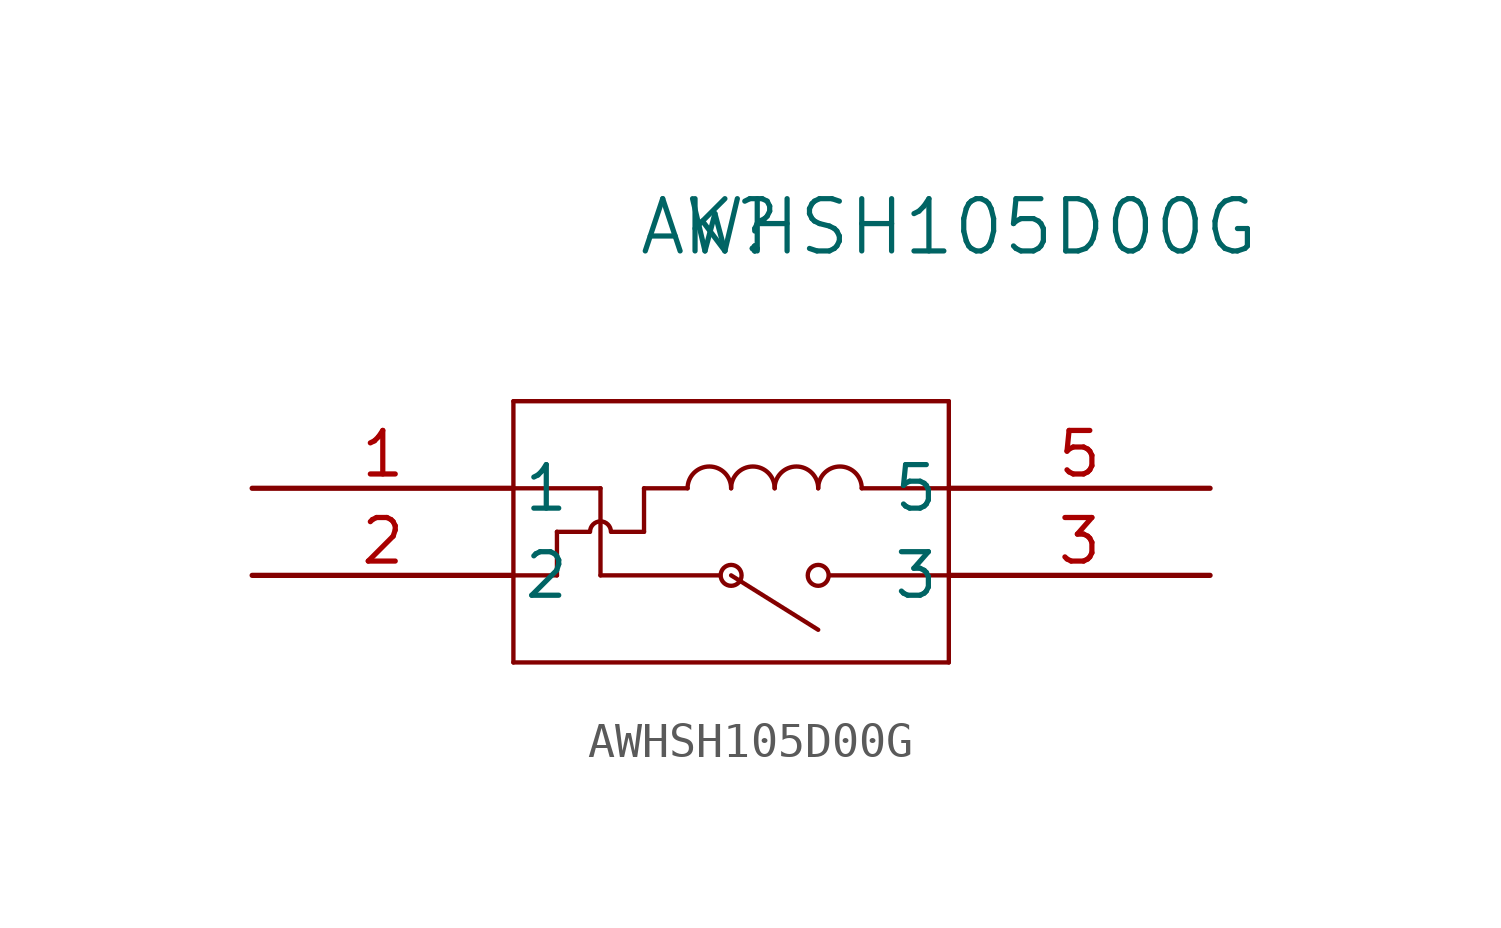
<source format=kicad_sym>
(kicad_symbol_lib
  (version 20211014)
  (generator kicad_symbol_editor)
  (symbol "AWHSH105D00G"
    (pin_names
      (offset 0.254))
    (property "Reference" "K"
      (at 13.97 7.62 0)
      (effects (font (size 1.524 1.524))))
    (property "Value" "AWHSH105D00G"
      (at 20.32 7.62 0)
      (effects (font (size 1.524 1.524))))
    (symbol "AWHSH105D00G_0_1"
      (polyline (pts (xy 7.62 2.54) (xy 7.62 -5.08)) (stroke (width 0.127) (type default) (color 0 0 0 0)) (fill (type none)))
      (polyline (pts (xy 7.62 -5.08) (xy 20.32 -5.08)) (stroke (width 0.127) (type default) (color 0 0 0 0)) (fill (type none)))
      (polyline (pts (xy 20.32 -5.08) (xy 20.32 2.54)) (stroke (width 0.127) (type default) (color 0 0 0 0)) (fill (type none)))
      (polyline (pts (xy 20.32 2.54) (xy 7.62 2.54)) (stroke (width 0.127) (type default) (color 0 0 0 0)) (fill (type none)))
      (polyline (pts (xy 7.62 -2.54) (xy 8.89 -2.54)) (stroke (width 0.127) (type default) (color 0 0 0 0)) (fill (type none)))
      (polyline (pts (xy 8.89 -2.54) (xy 8.89 -1.27)) (stroke (width 0.127) (type default) (color 0 0 0 0)) (fill (type none)))
      (polyline (pts (xy 7.62 0) (xy 10.16 0)) (stroke (width 0.127) (type default) (color 0 0 0 0)) (fill (type none)))
      (polyline (pts (xy 10.16 0) (xy 10.16 -2.54)) (stroke (width 0.127) (type default) (color 0 0 0 0)) (fill (type none)))
      (polyline (pts (xy 10.16 -2.54) (xy 13.652 -2.54)) (stroke (width 0.127) (type default) (color 0 0 0 0)) (fill (type none)))
      (polyline (pts (xy 11.43 -1.27) (xy 11.43 0)) (stroke (width 0.127) (type default) (color 0 0 0 0)) (fill (type none)))
      (polyline (pts (xy 11.43 0) (xy 12.7 0)) (stroke (width 0.127) (type default) (color 0 0 0 0)) (fill (type none)))
      (arc (start 13.97 0) (mid 13.335 0.635) (end 12.7 0) (stroke (width 0.127) (type default) (color 0 0 0 0)) (fill (type none)))
      (arc (start 15.24 0) (mid 14.605 0.635) (end 13.97 0) (stroke (width 0.127) (type default) (color 0 0 0 0)) (fill (type none)))
      (arc (start 16.51 0) (mid 15.875 0.635) (end 15.24 0) (stroke (width 0.127) (type default) (color 0 0 0 0)) (fill (type none)))
      (arc (start 17.78 0) (mid 17.145 0.635) (end 16.51 0) (stroke (width 0.127) (type default) (color 0 0 0 0)) (fill (type none)))
      (polyline (pts (xy 17.78 0) (xy 20.32 0)) (stroke (width 0.127) (type default) (color 0 0 0 0)) (fill (type none)))
      (polyline (pts (xy 20.32 -2.54) (xy 16.828 -2.54)) (stroke (width 0.127) (type default) (color 0 0 0 0)) (fill (type none)))
      (arc (start 10.4648 -1.27) (mid 10.16 -0.9652) (end 9.8552 -1.27) (stroke (width 0.127) (type default) (color 0 0 0 0)) (fill (type none)))
      (polyline (pts (xy 8.89 -1.27) (xy 9.842 -1.27)) (stroke (width 0.127) (type default) (color 0 0 0 0)) (fill (type none)))
      (polyline (pts (xy 11.43 -1.27) (xy 10.477 -1.27)) (stroke (width 0.127) (type default) (color 0 0 0 0)) (fill (type none)))
      (circle (center 16.51 -2.54) (radius 0.305) (stroke (width 0.127) (type default) (color 0 0 0 0)) (fill (type none)))
      (circle (center 13.97 -2.54) (radius 0.305) (stroke (width 0.127) (type default) (color 0 0 0 0)) (fill (type none)))
      (polyline (pts (xy 13.97 -2.54) (xy 16.51 -4.128)) (stroke (width 0.127) (type default) (color 0 0 0 0)) (fill (type none)))
      (pin unspecified line (at 0 0 0) (length 7.62) (name "1" (effects (font (size 1.27 1.27)))) (number "1" (effects (font (size 1.27 1.27)))))
      (pin unspecified line (at 0 -2.54 0) (length 7.62) (name "2" (effects (font (size 1.27 1.27)))) (number "2" (effects (font (size 1.27 1.27)))))
      (pin unspecified line (at 27.94 -2.54 180) (length 7.62) (name "3" (effects (font (size 1.27 1.27)))) (number "3" (effects (font (size 1.27 1.27)))))
      (pin unspecified line (at 27.94 0 180) (length 7.62) (name "5" (effects (font (size 1.27 1.27)))) (number "5" (effects (font (size 1.27 1.27))))))))
</source>
